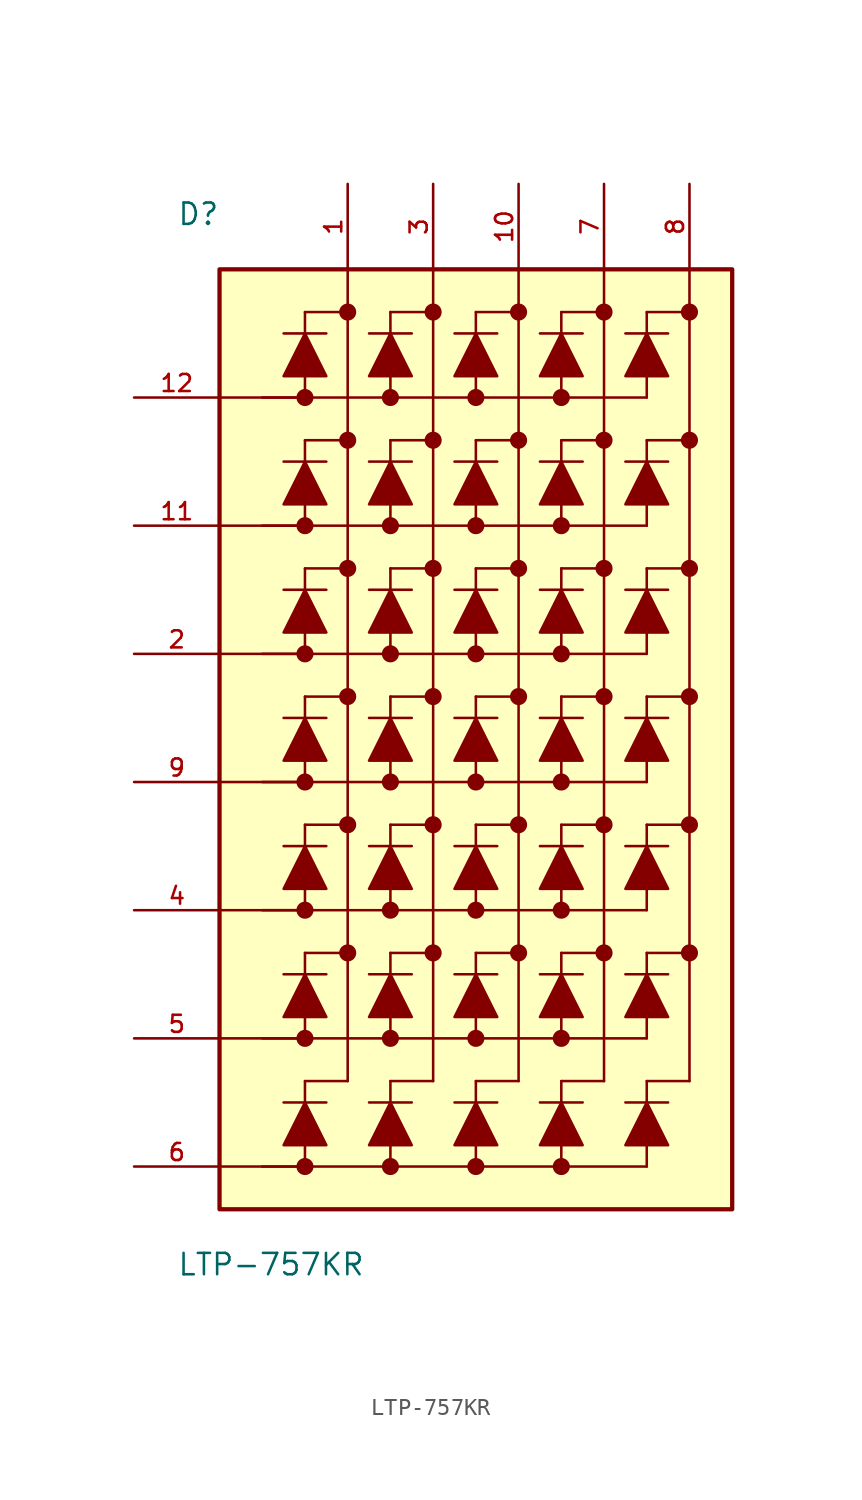
<source format=kicad_sym>
(kicad_symbol_lib
  (version 20211014)
  (generator kicad_symbol_editor)
  (symbol "LTP-757KR"
    (pin_names
      (offset 1.016))
    (property "Reference" "D"
      (at -17.78 30.48 0)
      (effects (font (size 1.27 1.27)) (justify bottom left)))
    (property "Value" "LTP-757KR"
      (at -17.78 -30.48 0)
      (effects (font (size 1.27 1.27)) (justify top left)))
    (symbol "LTP-757KR_0_0"
      (polyline (pts (xy 11.43 21.59) (xy 10.16 24.13) (xy 8.89 21.59) (xy 11.43 21.59)) (stroke (width 0.152)) (fill (type outline)))
      (polyline (pts (xy 11.43 24.13) (xy 8.89 24.13)) (stroke (width 0.152)))
      (polyline (pts (xy 6.35 21.59) (xy 5.08 24.13) (xy 3.81 21.59) (xy 6.35 21.59)) (stroke (width 0.152)) (fill (type outline)))
      (polyline (pts (xy 6.35 24.13) (xy 3.81 24.13)) (stroke (width 0.152)))
      (polyline (pts (xy 1.27 21.59) (xy 0.0 24.13) (xy -1.27 21.59) (xy 1.27 21.59)) (stroke (width 0.152)) (fill (type outline)))
      (polyline (pts (xy 1.27 24.13) (xy -1.27 24.13)) (stroke (width 0.152)))
      (polyline (pts (xy -3.81 21.59) (xy -5.08 24.13) (xy -6.35 21.59) (xy -3.81 21.59)) (stroke (width 0.152)) (fill (type outline)))
      (polyline (pts (xy -3.81 24.13) (xy -6.35 24.13)) (stroke (width 0.152)))
      (polyline (pts (xy -8.89 21.59) (xy -10.16 24.13) (xy -11.43 21.59) (xy -8.89 21.59)) (stroke (width 0.152)) (fill (type outline)))
      (polyline (pts (xy -8.89 24.13) (xy -11.43 24.13)) (stroke (width 0.152)))
      (polyline (pts (xy -12.7 20.32) (xy -10.16 20.32)) (stroke (width 0.152)))
      (polyline (pts (xy -10.16 25.4) (xy -10.16 20.32)) (stroke (width 0.152)))
      (polyline (pts (xy -5.08 25.4) (xy -5.08 20.32)) (stroke (width 0.152)))
      (polyline (pts (xy 0.0 25.4) (xy 0.0 20.32)) (stroke (width 0.152)))
      (polyline (pts (xy 5.08 25.4) (xy 5.08 20.32)) (stroke (width 0.152)))
      (polyline (pts (xy 10.16 25.4) (xy 10.16 20.32)) (stroke (width 0.152)))
      (circle (center 5.08 20.32) (radius 0.254) (stroke (width 0.508)) (fill (type none)))
      (circle (center 0.0 20.32) (radius 0.254) (stroke (width 0.508)) (fill (type none)))
      (circle (center -5.08 20.32) (radius 0.254) (stroke (width 0.508)) (fill (type none)))
      (circle (center -10.16 20.32) (radius 0.254) (stroke (width 0.508)) (fill (type none)))
      (circle (center 12.7 25.4) (radius 0.254) (stroke (width 0.508)) (fill (type none)))
      (circle (center 7.62 25.4) (radius 0.254) (stroke (width 0.508)) (fill (type none)))
      (circle (center 2.54 25.4) (radius 0.254) (stroke (width 0.508)) (fill (type none)))
      (circle (center -2.54 25.4) (radius 0.254) (stroke (width 0.508)) (fill (type none)))
      (circle (center -7.62 25.4) (radius 0.254) (stroke (width 0.508)) (fill (type none)))
      (polyline (pts (xy -15.24 20.32) (xy 10.16 20.32)) (stroke (width 0.152)))
      (polyline (pts (xy -10.16 25.4) (xy -7.62 25.4)) (stroke (width 0.152)))
      (polyline (pts (xy -5.08 25.4) (xy -2.54 25.4)) (stroke (width 0.152)))
      (polyline (pts (xy 0.0 25.4) (xy 2.54 25.4)) (stroke (width 0.152)))
      (polyline (pts (xy 5.08 25.4) (xy 7.62 25.4)) (stroke (width 0.152)))
      (polyline (pts (xy 10.16 25.4) (xy 12.7 25.4)) (stroke (width 0.152)))
      (polyline (pts (xy -7.62 27.94) (xy -7.62 -20.32)) (stroke (width 0.152)))
      (polyline (pts (xy -2.54 27.94) (xy -2.54 -20.32)) (stroke (width 0.152)))
      (polyline (pts (xy 2.54 27.94) (xy 2.54 -20.32)) (stroke (width 0.152)))
      (polyline (pts (xy 7.62 27.94) (xy 7.62 -20.32)) (stroke (width 0.152)))
      (polyline (pts (xy 12.7 27.94) (xy 12.7 -20.32)) (stroke (width 0.152)))
      (polyline (pts (xy 11.43 13.97) (xy 10.16 16.51) (xy 8.89 13.97) (xy 11.43 13.97)) (stroke (width 0.152)) (fill (type outline)))
      (polyline (pts (xy 11.43 16.51) (xy 8.89 16.51)) (stroke (width 0.152)))
      (polyline (pts (xy 6.35 13.97) (xy 5.08 16.51) (xy 3.81 13.97) (xy 6.35 13.97)) (stroke (width 0.152)) (fill (type outline)))
      (polyline (pts (xy 6.35 16.51) (xy 3.81 16.51)) (stroke (width 0.152)))
      (polyline (pts (xy 1.27 13.97) (xy 0.0 16.51) (xy -1.27 13.97) (xy 1.27 13.97)) (stroke (width 0.152)) (fill (type outline)))
      (polyline (pts (xy 1.27 16.51) (xy -1.27 16.51)) (stroke (width 0.152)))
      (polyline (pts (xy -3.81 13.97) (xy -5.08 16.51) (xy -6.35 13.97) (xy -3.81 13.97)) (stroke (width 0.152)) (fill (type outline)))
      (polyline (pts (xy -3.81 16.51) (xy -6.35 16.51)) (stroke (width 0.152)))
      (polyline (pts (xy -8.89 13.97) (xy -10.16 16.51) (xy -11.43 13.97) (xy -8.89 13.97)) (stroke (width 0.152)) (fill (type outline)))
      (polyline (pts (xy -8.89 16.51) (xy -11.43 16.51)) (stroke (width 0.152)))
      (polyline (pts (xy -12.7 12.7) (xy -10.16 12.7)) (stroke (width 0.152)))
      (polyline (pts (xy -10.16 17.78) (xy -10.16 12.7)) (stroke (width 0.152)))
      (polyline (pts (xy -5.08 17.78) (xy -5.08 12.7)) (stroke (width 0.152)))
      (polyline (pts (xy 0.0 17.78) (xy 0.0 12.7)) (stroke (width 0.152)))
      (polyline (pts (xy 5.08 17.78) (xy 5.08 12.7)) (stroke (width 0.152)))
      (polyline (pts (xy 10.16 17.78) (xy 10.16 12.7)) (stroke (width 0.152)))
      (circle (center 5.08 12.7) (radius 0.254) (stroke (width 0.508)) (fill (type none)))
      (circle (center 0.0 12.7) (radius 0.254) (stroke (width 0.508)) (fill (type none)))
      (circle (center -5.08 12.7) (radius 0.254) (stroke (width 0.508)) (fill (type none)))
      (circle (center -10.16 12.7) (radius 0.254) (stroke (width 0.508)) (fill (type none)))
      (circle (center 12.7 17.78) (radius 0.254) (stroke (width 0.508)) (fill (type none)))
      (circle (center 7.62 17.78) (radius 0.254) (stroke (width 0.508)) (fill (type none)))
      (circle (center 2.54 17.78) (radius 0.254) (stroke (width 0.508)) (fill (type none)))
      (circle (center -2.54 17.78) (radius 0.254) (stroke (width 0.508)) (fill (type none)))
      (circle (center -7.62 17.78) (radius 0.254) (stroke (width 0.508)) (fill (type none)))
      (polyline (pts (xy -15.24 12.7) (xy 10.16 12.7)) (stroke (width 0.152)))
      (polyline (pts (xy -10.16 17.78) (xy -7.62 17.78)) (stroke (width 0.152)))
      (polyline (pts (xy -5.08 17.78) (xy -2.54 17.78)) (stroke (width 0.152)))
      (polyline (pts (xy 0.0 17.78) (xy 2.54 17.78)) (stroke (width 0.152)))
      (polyline (pts (xy 5.08 17.78) (xy 7.62 17.78)) (stroke (width 0.152)))
      (polyline (pts (xy 10.16 17.78) (xy 12.7 17.78)) (stroke (width 0.152)))
      (polyline (pts (xy 11.43 6.35) (xy 10.16 8.89) (xy 8.89 6.35) (xy 11.43 6.35)) (stroke (width 0.152)) (fill (type outline)))
      (polyline (pts (xy 11.43 8.89) (xy 8.89 8.89)) (stroke (width 0.152)))
      (polyline (pts (xy 6.35 6.35) (xy 5.08 8.89) (xy 3.81 6.35) (xy 6.35 6.35)) (stroke (width 0.152)) (fill (type outline)))
      (polyline (pts (xy 6.35 8.89) (xy 3.81 8.89)) (stroke (width 0.152)))
      (polyline (pts (xy 1.27 6.35) (xy 0.0 8.89) (xy -1.27 6.35) (xy 1.27 6.35)) (stroke (width 0.152)) (fill (type outline)))
      (polyline (pts (xy 1.27 8.89) (xy -1.27 8.89)) (stroke (width 0.152)))
      (polyline (pts (xy -3.81 6.35) (xy -5.08 8.89) (xy -6.35 6.35) (xy -3.81 6.35)) (stroke (width 0.152)) (fill (type outline)))
      (polyline (pts (xy -3.81 8.89) (xy -6.35 8.89)) (stroke (width 0.152)))
      (polyline (pts (xy -8.89 6.35) (xy -10.16 8.89) (xy -11.43 6.35) (xy -8.89 6.35)) (stroke (width 0.152)) (fill (type outline)))
      (polyline (pts (xy -8.89 8.89) (xy -11.43 8.89)) (stroke (width 0.152)))
      (polyline (pts (xy -12.7 5.08) (xy -10.16 5.08)) (stroke (width 0.152)))
      (polyline (pts (xy -10.16 10.16) (xy -10.16 5.08)) (stroke (width 0.152)))
      (polyline (pts (xy -5.08 10.16) (xy -5.08 5.08)) (stroke (width 0.152)))
      (polyline (pts (xy 0.0 10.16) (xy 0.0 5.08)) (stroke (width 0.152)))
      (polyline (pts (xy 5.08 10.16) (xy 5.08 5.08)) (stroke (width 0.152)))
      (polyline (pts (xy 10.16 10.16) (xy 10.16 5.08)) (stroke (width 0.152)))
      (circle (center 5.08 5.08) (radius 0.254) (stroke (width 0.508)) (fill (type none)))
      (circle (center 0.0 5.08) (radius 0.254) (stroke (width 0.508)) (fill (type none)))
      (circle (center -5.08 5.08) (radius 0.254) (stroke (width 0.508)) (fill (type none)))
      (circle (center -10.16 5.08) (radius 0.254) (stroke (width 0.508)) (fill (type none)))
      (circle (center 12.7 10.16) (radius 0.254) (stroke (width 0.508)) (fill (type none)))
      (circle (center 7.62 10.16) (radius 0.254) (stroke (width 0.508)) (fill (type none)))
      (circle (center 2.54 10.16) (radius 0.254) (stroke (width 0.508)) (fill (type none)))
      (circle (center -2.54 10.16) (radius 0.254) (stroke (width 0.508)) (fill (type none)))
      (circle (center -7.62 10.16) (radius 0.254) (stroke (width 0.508)) (fill (type none)))
      (polyline (pts (xy -15.24 5.08) (xy 10.16 5.08)) (stroke (width 0.152)))
      (polyline (pts (xy -10.16 10.16) (xy -7.62 10.16)) (stroke (width 0.152)))
      (polyline (pts (xy -5.08 10.16) (xy -2.54 10.16)) (stroke (width 0.152)))
      (polyline (pts (xy 0.0 10.16) (xy 2.54 10.16)) (stroke (width 0.152)))
      (polyline (pts (xy 5.08 10.16) (xy 7.62 10.16)) (stroke (width 0.152)))
      (polyline (pts (xy 10.16 10.16) (xy 12.7 10.16)) (stroke (width 0.152)))
      (polyline (pts (xy 11.43 -1.27) (xy 10.16 1.27) (xy 8.89 -1.27) (xy 11.43 -1.27)) (stroke (width 0.152)) (fill (type outline)))
      (polyline (pts (xy 11.43 1.27) (xy 8.89 1.27)) (stroke (width 0.152)))
      (polyline (pts (xy 6.35 -1.27) (xy 5.08 1.27) (xy 3.81 -1.27) (xy 6.35 -1.27)) (stroke (width 0.152)) (fill (type outline)))
      (polyline (pts (xy 6.35 1.27) (xy 3.81 1.27)) (stroke (width 0.152)))
      (polyline (pts (xy 1.27 -1.27) (xy 0.0 1.27) (xy -1.27 -1.27) (xy 1.27 -1.27)) (stroke (width 0.152)) (fill (type outline)))
      (polyline (pts (xy 1.27 1.27) (xy -1.27 1.27)) (stroke (width 0.152)))
      (polyline (pts (xy -3.81 -1.27) (xy -5.08 1.27) (xy -6.35 -1.27) (xy -3.81 -1.27)) (stroke (width 0.152)) (fill (type outline)))
      (polyline (pts (xy -3.81 1.27) (xy -6.35 1.27)) (stroke (width 0.152)))
      (polyline (pts (xy -8.89 -1.27) (xy -10.16 1.27) (xy -11.43 -1.27) (xy -8.89 -1.27)) (stroke (width 0.152)) (fill (type outline)))
      (polyline (pts (xy -8.89 1.27) (xy -11.43 1.27)) (stroke (width 0.152)))
      (polyline (pts (xy -12.7 -2.54) (xy -10.16 -2.54)) (stroke (width 0.152)))
      (polyline (pts (xy -10.16 2.54) (xy -10.16 -2.54)) (stroke (width 0.152)))
      (polyline (pts (xy -5.08 2.54) (xy -5.08 -2.54)) (stroke (width 0.152)))
      (polyline (pts (xy 0.0 2.54) (xy 0.0 -2.54)) (stroke (width 0.152)))
      (polyline (pts (xy 5.08 2.54) (xy 5.08 -2.54)) (stroke (width 0.152)))
      (polyline (pts (xy 10.16 2.54) (xy 10.16 -2.54)) (stroke (width 0.152)))
      (circle (center 5.08 -2.54) (radius 0.254) (stroke (width 0.508)) (fill (type none)))
      (circle (center 0.0 -2.54) (radius 0.254) (stroke (width 0.508)) (fill (type none)))
      (circle (center -5.08 -2.54) (radius 0.254) (stroke (width 0.508)) (fill (type none)))
      (circle (center -10.16 -2.54) (radius 0.254) (stroke (width 0.508)) (fill (type none)))
      (circle (center 12.7 2.54) (radius 0.254) (stroke (width 0.508)) (fill (type none)))
      (circle (center 7.62 2.54) (radius 0.254) (stroke (width 0.508)) (fill (type none)))
      (circle (center 2.54 2.54) (radius 0.254) (stroke (width 0.508)) (fill (type none)))
      (circle (center -2.54 2.54) (radius 0.254) (stroke (width 0.508)) (fill (type none)))
      (circle (center -7.62 2.54) (radius 0.254) (stroke (width 0.508)) (fill (type none)))
      (polyline (pts (xy -15.24 -2.54) (xy 10.16 -2.54)) (stroke (width 0.152)))
      (polyline (pts (xy -10.16 2.54) (xy -7.62 2.54)) (stroke (width 0.152)))
      (polyline (pts (xy -5.08 2.54) (xy -2.54 2.54)) (stroke (width 0.152)))
      (polyline (pts (xy 0.0 2.54) (xy 2.54 2.54)) (stroke (width 0.152)))
      (polyline (pts (xy 5.08 2.54) (xy 7.62 2.54)) (stroke (width 0.152)))
      (polyline (pts (xy 10.16 2.54) (xy 12.7 2.54)) (stroke (width 0.152)))
      (polyline (pts (xy 11.43 -8.89) (xy 10.16 -6.35) (xy 8.89 -8.89) (xy 11.43 -8.89)) (stroke (width 0.152)) (fill (type outline)))
      (polyline (pts (xy 11.43 -6.35) (xy 8.89 -6.35)) (stroke (width 0.152)))
      (polyline (pts (xy 6.35 -8.89) (xy 5.08 -6.35) (xy 3.81 -8.89) (xy 6.35 -8.89)) (stroke (width 0.152)) (fill (type outline)))
      (polyline (pts (xy 6.35 -6.35) (xy 3.81 -6.35)) (stroke (width 0.152)))
      (polyline (pts (xy 1.27 -8.89) (xy 0.0 -6.35) (xy -1.27 -8.89) (xy 1.27 -8.89)) (stroke (width 0.152)) (fill (type outline)))
      (polyline (pts (xy 1.27 -6.35) (xy -1.27 -6.35)) (stroke (width 0.152)))
      (polyline (pts (xy -3.81 -8.89) (xy -5.08 -6.35) (xy -6.35 -8.89) (xy -3.81 -8.89)) (stroke (width 0.152)) (fill (type outline)))
      (polyline (pts (xy -3.81 -6.35) (xy -6.35 -6.35)) (stroke (width 0.152)))
      (polyline (pts (xy -8.89 -8.89) (xy -10.16 -6.35) (xy -11.43 -8.89) (xy -8.89 -8.89)) (stroke (width 0.152)) (fill (type outline)))
      (polyline (pts (xy -8.89 -6.35) (xy -11.43 -6.35)) (stroke (width 0.152)))
      (polyline (pts (xy -12.7 -10.16) (xy -10.16 -10.16)) (stroke (width 0.152)))
      (polyline (pts (xy -10.16 -5.08) (xy -10.16 -10.16)) (stroke (width 0.152)))
      (polyline (pts (xy -5.08 -5.08) (xy -5.08 -10.16)) (stroke (width 0.152)))
      (polyline (pts (xy 0.0 -5.08) (xy 0.0 -10.16)) (stroke (width 0.152)))
      (polyline (pts (xy 5.08 -5.08) (xy 5.08 -10.16)) (stroke (width 0.152)))
      (polyline (pts (xy 10.16 -5.08) (xy 10.16 -10.16)) (stroke (width 0.152)))
      (circle (center 5.08 -10.16) (radius 0.254) (stroke (width 0.508)) (fill (type none)))
      (circle (center 0.0 -10.16) (radius 0.254) (stroke (width 0.508)) (fill (type none)))
      (circle (center -5.08 -10.16) (radius 0.254) (stroke (width 0.508)) (fill (type none)))
      (circle (center -10.16 -10.16) (radius 0.254) (stroke (width 0.508)) (fill (type none)))
      (circle (center 12.7 -5.08) (radius 0.254) (stroke (width 0.508)) (fill (type none)))
      (circle (center 7.62 -5.08) (radius 0.254) (stroke (width 0.508)) (fill (type none)))
      (circle (center 2.54 -5.08) (radius 0.254) (stroke (width 0.508)) (fill (type none)))
      (circle (center -2.54 -5.08) (radius 0.254) (stroke (width 0.508)) (fill (type none)))
      (circle (center -7.62 -5.08) (radius 0.254) (stroke (width 0.508)) (fill (type none)))
      (polyline (pts (xy -15.24 -10.16) (xy 10.16 -10.16)) (stroke (width 0.152)))
      (polyline (pts (xy -10.16 -5.08) (xy -7.62 -5.08)) (stroke (width 0.152)))
      (polyline (pts (xy -5.08 -5.08) (xy -2.54 -5.08)) (stroke (width 0.152)))
      (polyline (pts (xy 0.0 -5.08) (xy 2.54 -5.08)) (stroke (width 0.152)))
      (polyline (pts (xy 5.08 -5.08) (xy 7.62 -5.08)) (stroke (width 0.152)))
      (polyline (pts (xy 10.16 -5.08) (xy 12.7 -5.08)) (stroke (width 0.152)))
      (polyline (pts (xy 11.43 -16.51) (xy 10.16 -13.97) (xy 8.89 -16.51) (xy 11.43 -16.51)) (stroke (width 0.152)) (fill (type outline)))
      (polyline (pts (xy 11.43 -13.97) (xy 8.89 -13.97)) (stroke (width 0.152)))
      (polyline (pts (xy 6.35 -16.51) (xy 5.08 -13.97) (xy 3.81 -16.51) (xy 6.35 -16.51)) (stroke (width 0.152)) (fill (type outline)))
      (polyline (pts (xy 6.35 -13.97) (xy 3.81 -13.97)) (stroke (width 0.152)))
      (polyline (pts (xy 1.27 -16.51) (xy 0.0 -13.97) (xy -1.27 -16.51) (xy 1.27 -16.51)) (stroke (width 0.152)) (fill (type outline)))
      (polyline (pts (xy 1.27 -13.97) (xy -1.27 -13.97)) (stroke (width 0.152)))
      (polyline (pts (xy -3.81 -16.51) (xy -5.08 -13.97) (xy -6.35 -16.51) (xy -3.81 -16.51)) (stroke (width 0.152)) (fill (type outline)))
      (polyline (pts (xy -3.81 -13.97) (xy -6.35 -13.97)) (stroke (width 0.152)))
      (polyline (pts (xy -8.89 -16.51) (xy -10.16 -13.97) (xy -11.43 -16.51) (xy -8.89 -16.51)) (stroke (width 0.152)) (fill (type outline)))
      (polyline (pts (xy -8.89 -13.97) (xy -11.43 -13.97)) (stroke (width 0.152)))
      (polyline (pts (xy -12.7 -17.78) (xy -10.16 -17.78)) (stroke (width 0.152)))
      (polyline (pts (xy -10.16 -12.7) (xy -10.16 -17.78)) (stroke (width 0.152)))
      (polyline (pts (xy -5.08 -12.7) (xy -5.08 -17.78)) (stroke (width 0.152)))
      (polyline (pts (xy 0.0 -12.7) (xy 0.0 -17.78)) (stroke (width 0.152)))
      (polyline (pts (xy 5.08 -12.7) (xy 5.08 -17.78)) (stroke (width 0.152)))
      (polyline (pts (xy 10.16 -12.7) (xy 10.16 -17.78)) (stroke (width 0.152)))
      (circle (center 5.08 -17.78) (radius 0.254) (stroke (width 0.508)) (fill (type none)))
      (circle (center 0.0 -17.78) (radius 0.254) (stroke (width 0.508)) (fill (type none)))
      (circle (center -5.08 -17.78) (radius 0.254) (stroke (width 0.508)) (fill (type none)))
      (circle (center -10.16 -17.78) (radius 0.254) (stroke (width 0.508)) (fill (type none)))
      (circle (center 12.7 -12.7) (radius 0.254) (stroke (width 0.508)) (fill (type none)))
      (circle (center 7.62 -12.7) (radius 0.254) (stroke (width 0.508)) (fill (type none)))
      (circle (center 2.54 -12.7) (radius 0.254) (stroke (width 0.508)) (fill (type none)))
      (circle (center -2.54 -12.7) (radius 0.254) (stroke (width 0.508)) (fill (type none)))
      (circle (center -7.62 -12.7) (radius 0.254) (stroke (width 0.508)) (fill (type none)))
      (polyline (pts (xy -15.24 -17.78) (xy 10.16 -17.78)) (stroke (width 0.152)))
      (polyline (pts (xy -10.16 -12.7) (xy -7.62 -12.7)) (stroke (width 0.152)))
      (polyline (pts (xy -5.08 -12.7) (xy -2.54 -12.7)) (stroke (width 0.152)))
      (polyline (pts (xy 0.0 -12.7) (xy 2.54 -12.7)) (stroke (width 0.152)))
      (polyline (pts (xy 5.08 -12.7) (xy 7.62 -12.7)) (stroke (width 0.152)))
      (polyline (pts (xy 10.16 -12.7) (xy 12.7 -12.7)) (stroke (width 0.152)))
      (polyline (pts (xy 11.43 -24.13) (xy 10.16 -21.59) (xy 8.89 -24.13) (xy 11.43 -24.13)) (stroke (width 0.152)) (fill (type outline)))
      (polyline (pts (xy 11.43 -21.59) (xy 8.89 -21.59)) (stroke (width 0.152)))
      (polyline (pts (xy 6.35 -24.13) (xy 5.08 -21.59) (xy 3.81 -24.13) (xy 6.35 -24.13)) (stroke (width 0.152)) (fill (type outline)))
      (polyline (pts (xy 6.35 -21.59) (xy 3.81 -21.59)) (stroke (width 0.152)))
      (polyline (pts (xy 1.27 -24.13) (xy 0.0 -21.59) (xy -1.27 -24.13) (xy 1.27 -24.13)) (stroke (width 0.152)) (fill (type outline)))
      (polyline (pts (xy 1.27 -21.59) (xy -1.27 -21.59)) (stroke (width 0.152)))
      (polyline (pts (xy -3.81 -24.13) (xy -5.08 -21.59) (xy -6.35 -24.13) (xy -3.81 -24.13)) (stroke (width 0.152)) (fill (type outline)))
      (polyline (pts (xy -3.81 -21.59) (xy -6.35 -21.59)) (stroke (width 0.152)))
      (polyline (pts (xy -8.89 -24.13) (xy -10.16 -21.59) (xy -11.43 -24.13) (xy -8.89 -24.13)) (stroke (width 0.152)) (fill (type outline)))
      (polyline (pts (xy -8.89 -21.59) (xy -11.43 -21.59)) (stroke (width 0.152)))
      (polyline (pts (xy -12.7 -25.4) (xy -10.16 -25.4)) (stroke (width 0.152)))
      (polyline (pts (xy -10.16 -20.32) (xy -10.16 -25.4)) (stroke (width 0.152)))
      (polyline (pts (xy -5.08 -20.32) (xy -5.08 -25.4)) (stroke (width 0.152)))
      (polyline (pts (xy 0.0 -20.32) (xy 0.0 -25.4)) (stroke (width 0.152)))
      (polyline (pts (xy 5.08 -20.32) (xy 5.08 -25.4)) (stroke (width 0.152)))
      (polyline (pts (xy 10.16 -20.32) (xy 10.16 -25.4)) (stroke (width 0.152)))
      (circle (center 5.08 -25.4) (radius 0.254) (stroke (width 0.508)) (fill (type none)))
      (circle (center 0.0 -25.4) (radius 0.254) (stroke (width 0.508)) (fill (type none)))
      (circle (center -5.08 -25.4) (radius 0.254) (stroke (width 0.508)) (fill (type none)))
      (circle (center -10.16 -25.4) (radius 0.254) (stroke (width 0.508)) (fill (type none)))
      (polyline (pts (xy -15.24 -25.4) (xy 10.16 -25.4)) (stroke (width 0.152)))
      (polyline (pts (xy -10.16 -20.32) (xy -7.62 -20.32)) (stroke (width 0.152)))
      (polyline (pts (xy -5.08 -20.32) (xy -2.54 -20.32)) (stroke (width 0.152)))
      (polyline (pts (xy 0.0 -20.32) (xy 2.54 -20.32)) (stroke (width 0.152)))
      (polyline (pts (xy 5.08 -20.32) (xy 7.62 -20.32)) (stroke (width 0.152)))
      (polyline (pts (xy 10.16 -20.32) (xy 12.7 -20.32)) (stroke (width 0.152)))
      (rectangle (start -15.24 -27.94) (end 15.24 27.94) (stroke (width 0.254)) (fill (type background)))
      (pin passive line (at -20.32 20.32 0) (length 5.08) (name "~" (effects (font (size 1.016 1.016)))) (number "12" (effects (font (size 1.016 1.016)))))
      (pin passive line (at -7.62 33.02 270.0) (length 5.08) (name "~" (effects (font (size 1.016 1.016)))) (number "1" (effects (font (size 1.016 1.016)))))
      (pin passive line (at -20.32 12.7 0) (length 5.08) (name "~" (effects (font (size 1.016 1.016)))) (number "11" (effects (font (size 1.016 1.016)))))
      (pin passive line (at -20.32 5.08 0) (length 5.08) (name "~" (effects (font (size 1.016 1.016)))) (number "2" (effects (font (size 1.016 1.016)))))
      (pin passive line (at -20.32 -2.54 0) (length 5.08) (name "~" (effects (font (size 1.016 1.016)))) (number "9" (effects (font (size 1.016 1.016)))))
      (pin passive line (at -20.32 -10.16 0) (length 5.08) (name "~" (effects (font (size 1.016 1.016)))) (number "4" (effects (font (size 1.016 1.016)))))
      (pin passive line (at -20.32 -17.78 0) (length 5.08) (name "~" (effects (font (size 1.016 1.016)))) (number "5" (effects (font (size 1.016 1.016)))))
      (pin passive line (at -20.32 -25.4 0) (length 5.08) (name "~" (effects (font (size 1.016 1.016)))) (number "6" (effects (font (size 1.016 1.016)))))
      (pin passive line (at -2.54 33.02 270.0) (length 5.08) (name "~" (effects (font (size 1.016 1.016)))) (number "3" (effects (font (size 1.016 1.016)))))
      (pin passive line (at 2.54 33.02 270.0) (length 5.08) (name "~" (effects (font (size 1.016 1.016)))) (number "10" (effects (font (size 1.016 1.016)))))
      (pin passive line (at 7.62 33.02 270.0) (length 5.08) (name "~" (effects (font (size 1.016 1.016)))) (number "7" (effects (font (size 1.016 1.016)))))
      (pin passive line (at 12.7 33.02 270.0) (length 5.08) (name "~" (effects (font (size 1.016 1.016)))) (number "8" (effects (font (size 1.016 1.016))))))))
</source>
